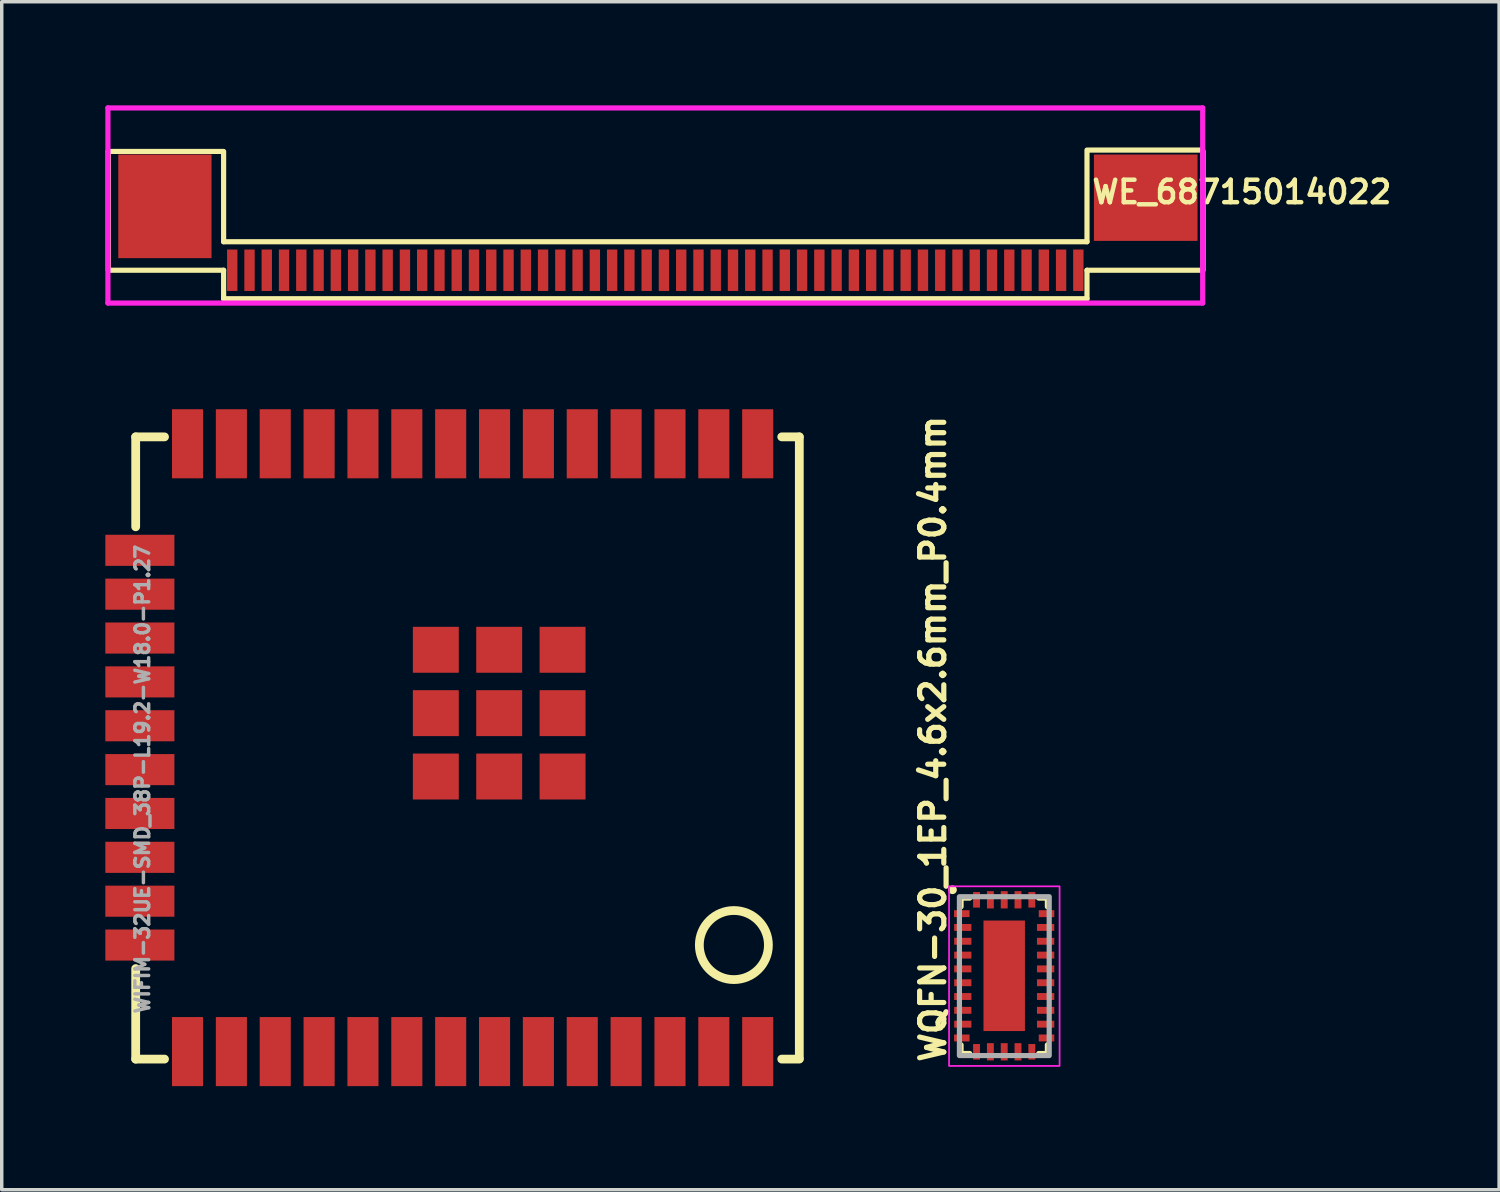
<source format=kicad_pcb>
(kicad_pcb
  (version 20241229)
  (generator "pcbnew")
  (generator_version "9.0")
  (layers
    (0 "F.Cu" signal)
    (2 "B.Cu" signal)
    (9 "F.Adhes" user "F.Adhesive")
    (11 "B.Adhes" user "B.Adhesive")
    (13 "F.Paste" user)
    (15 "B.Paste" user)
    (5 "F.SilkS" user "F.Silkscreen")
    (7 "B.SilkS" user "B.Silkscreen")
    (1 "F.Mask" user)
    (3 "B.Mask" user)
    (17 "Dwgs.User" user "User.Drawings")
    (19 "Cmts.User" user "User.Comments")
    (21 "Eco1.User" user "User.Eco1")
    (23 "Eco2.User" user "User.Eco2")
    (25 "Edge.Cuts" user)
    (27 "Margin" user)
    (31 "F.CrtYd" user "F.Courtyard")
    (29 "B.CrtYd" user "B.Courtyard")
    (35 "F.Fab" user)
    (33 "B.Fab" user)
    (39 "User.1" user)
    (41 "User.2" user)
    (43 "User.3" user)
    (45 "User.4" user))
  (footprint "WQFN-30_1EP_4.6x2.6mm_P0.4mm"
    (layer "F.Cu")
    (at 26.031 25.215)
    (property "Reference" "WQFN-30_1EP_4.6x2.6mm_P0.4mm" (at -1.659 2.562 90) (layer "F.SilkS") (effects (font (size 0.7 0.7) (thickness 0.15)) (justify left bottom)))
    (attr smd)
    (fp_line (start -1.253 -2.26) (end -1.253 -2.01) (stroke (width 0.15) (type solid)) (layer "F.SilkS"))
    (fp_line (start -1.253 -2.26) (end -1.003 -2.26) (stroke (width 0.15) (type solid)) (layer "F.SilkS"))
    (fp_line (start -1.253 2.24) (end -1.253 1.99) (stroke (width 0.15) (type solid)) (layer "F.SilkS"))
    (fp_line (start -1.253 2.24) (end -1.003 2.24) (stroke (width 0.15) (type solid)) (layer "F.SilkS"))
    (fp_line (start 1.247 -2.26) (end 0.997 -2.26) (stroke (width 0.15) (type solid)) (layer "F.SilkS"))
    (fp_line (start 1.247 -2.26) (end 1.247 -2.01) (stroke (width 0.15) (type solid)) (layer "F.SilkS"))
    (fp_line (start 1.247 2.24) (end 0.997 2.24) (stroke (width 0.15) (type solid)) (layer "F.SilkS"))
    (fp_line (start 1.247 2.24) (end 1.247 1.99) (stroke (width 0.15) (type solid)) (layer "F.SilkS"))
    (fp_circle (center -1.5 -2.5) (end -1.45 -2.5) (stroke (width 0.15) (type solid)) (fill yes) (layer "F.SilkS"))
    (fp_rect (start -1.6 -2.6) (end 1.6 2.6) (stroke (width 0.05) (type solid)) (fill no) (layer "F.CrtYd"))
    (fp_rect (start -1.3 -2.3) (end 1.3 2.3) (stroke (width 0.15) (type solid)) (fill no) (layer "F.Fab"))
    (fp_rect (start -1.301 -2.301) (end 1.3 2.298) (stroke (width 0.1) (type solid)) (fill no) (layer "User.5"))
    (fp_line (start -1.301 -2.301) (end 1.3 -2.301) (stroke (width 0.02) (type solid)) (layer "User.9"))
    (fp_line (start -1.301 2.298) (end -1.301 -2.301) (stroke (width 0.02) (type solid)) (layer "User.9"))
    (fp_line (start 1.3 -2.301) (end 1.3 2.298) (stroke (width 0.02) (type solid)) (layer "User.9"))
    (fp_line (start 1.3 2.298) (end -1.301 2.298) (stroke (width 0.02) (type solid)) (layer "User.9"))
    (pad "1" smd rect (at -1.232 -1.809 90) (size 0.2 0.45) (layers "F.Cu" "F.Mask" "F.Paste"))
    (pad "2" smd rect (at -1.203 -1.41 90) (size 0.2 0.5) (layers "F.Cu" "F.Mask" "F.Paste"))
    (pad "3" smd rect (at -1.203 -1.01 90) (size 0.2 0.5) (layers "F.Cu" "F.Mask" "F.Paste"))
    (pad "4" smd rect (at -1.203 -0.609 90) (size 0.2 0.5) (layers "F.Cu" "F.Mask" "F.Paste"))
    (pad "5" smd rect (at -1.203 -0.21 90) (size 0.2 0.5) (layers "F.Cu" "F.Mask" "F.Paste"))
    (pad "6" smd rect (at -1.203 0.191 90) (size 0.2 0.5) (layers "F.Cu" "F.Mask" "F.Paste"))
    (pad "7" smd rect (at -1.203 0.59 90) (size 0.2 0.5) (layers "F.Cu" "F.Mask" "F.Paste"))
    (pad "8" smd rect (at -1.203 0.99 90) (size 0.2 0.5) (layers "F.Cu" "F.Mask" "F.Paste"))
    (pad "9" smd rect (at -1.203 1.391 90) (size 0.2 0.5) (layers "F.Cu" "F.Mask" "F.Paste"))
    (pad "10" smd rect (at -1.232 1.79 90) (size 0.2 0.45) (layers "F.Cu" "F.Mask" "F.Paste"))
    (pad "11" smd rect (at -0.804 2.191) (size 0.2 0.45) (layers "F.Cu" "F.Mask" "F.Paste"))
    (pad "12" smd rect (at -0.403 2.191) (size 0.2 0.5) (layers "F.Cu" "F.Mask" "F.Paste"))
    (pad "13" smd rect (at -0.003 2.191) (size 0.2 0.5) (layers "F.Cu" "F.Mask" "F.Paste"))
    (pad "14" smd rect (at 0.396 2.191) (size 0.2 0.5) (layers "F.Cu" "F.Mask" "F.Paste"))
    (pad "15" smd rect (at 0.797 2.191) (size 0.2 0.45) (layers "F.Cu" "F.Mask" "F.Paste"))
    (pad "16" smd rect (at 1.222 1.79 90) (size 0.2 0.45) (layers "F.Cu" "F.Mask" "F.Paste"))
    (pad "17" smd rect (at 1.196 1.391 90) (size 0.2 0.5) (layers "F.Cu" "F.Mask" "F.Paste"))
    (pad "18" smd rect (at 1.196 0.99 90) (size 0.2 0.5) (layers "F.Cu" "F.Mask" "F.Paste"))
    (pad "19" smd rect (at 1.196 0.59 90) (size 0.2 0.5) (layers "F.Cu" "F.Mask" "F.Paste"))
    (pad "20" smd rect (at 1.196 0.191 90) (size 0.2 0.5) (layers "F.Cu" "F.Mask" "F.Paste"))
    (pad "21" smd rect (at 1.196 -0.21 90) (size 0.2 0.5) (layers "F.Cu" "F.Mask" "F.Paste"))
    (pad "22" smd rect (at 1.196 -0.609 90) (size 0.2 0.5) (layers "F.Cu" "F.Mask" "F.Paste"))
    (pad "23" smd rect (at 1.196 -1.01 90) (size 0.2 0.5) (layers "F.Cu" "F.Mask" "F.Paste"))
    (pad "24" smd rect (at 1.196 -1.41 90) (size 0.2 0.5) (layers "F.Cu" "F.Mask" "F.Paste"))
    (pad "25" smd rect (at 1.222 -1.809 90) (size 0.2 0.45) (layers "F.Cu" "F.Mask" "F.Paste"))
    (pad "26" smd rect (at 0.797 -2.21) (size 0.2 0.45) (layers "F.Cu" "F.Mask" "F.Paste"))
    (pad "27" smd rect (at 0.396 -2.21) (size 0.2 0.5) (layers "F.Cu" "F.Mask" "F.Paste"))
    (pad "28" smd rect (at -0.003 -2.21) (size 0.2 0.5) (layers "F.Cu" "F.Mask" "F.Paste"))
    (pad "29" smd rect (at -0.403 -2.21) (size 0.2 0.5) (layers "F.Cu" "F.Mask" "F.Paste"))
    (pad "30" smd rect (at -0.804 -2.21) (size 0.2 0.45) (layers "F.Cu" "F.Mask" "F.Paste"))
    (pad "31" smd rect (at -0.003 -0.01) (size 1.2 3.2) (layers "F.Cu" "F.Mask" "F.Paste")))
  (footprint "WE_68715014022"
    (layer "F.Cu")
    (at 16.565 4.115)
    (property "Reference" "WE_68715014022" (at 16.345 -1.605 0) (layer "F.SilkS") (effects (font (size 0.65 0.65) (thickness 0.13))))
    (attr smd)
    (fp_line (start -16.48 -2.78) (end -16.48 0.66) (stroke (width 0.15) (type solid)) (layer "F.SilkS"))
    (fp_line (start -16.45 0.66) (end -13.14 0.66) (stroke (width 0.15) (type solid)) (layer "F.SilkS"))
    (fp_line (start -13.14 -2.78) (end -16.48 -2.78) (stroke (width 0.15) (type solid)) (layer "F.SilkS"))
    (fp_line (start -13.14 -0.165) (end -13.14 -2.75) (stroke (width 0.15) (type solid)) (layer "F.SilkS"))
    (fp_line (start -13.14 0.66) (end -13.14 1.485) (stroke (width 0.15) (type solid)) (layer "F.SilkS"))
    (fp_line (start 11.86 -0.165) (end -13.14 -0.165) (stroke (width 0.15) (type solid)) (layer "F.SilkS"))
    (fp_line (start 11.86 -0.165) (end 11.86 -2.82) (stroke (width 0.15) (type solid)) (layer "F.SilkS"))
    (fp_line (start 11.86 0.66) (end 11.86 1.485) (stroke (width 0.15) (type solid)) (layer "F.SilkS"))
    (fp_line (start 11.86 1.485) (end -13.14 1.485) (stroke (width 0.15) (type solid)) (layer "F.SilkS"))
    (fp_line (start 11.92 -2.82) (end 15.2 -2.82) (stroke (width 0.15) (type solid)) (layer "F.SilkS"))
    (fp_line (start 15.19 0.66) (end 11.86 0.66) (stroke (width 0.15) (type solid)) (layer "F.SilkS"))
    (fp_line (start 15.22 -2.79) (end 15.22 0.66) (stroke (width 0.15) (type solid)) (layer "F.SilkS"))
    (fp_line (start -16.49 -4.04) (end -16.49 1.61) (stroke (width 0.15) (type solid)) (layer "F.CrtYd"))
    (fp_line (start -16.49 1.61) (end 15.21 1.61) (stroke (width 0.15) (type solid)) (layer "F.CrtYd"))
    (fp_line (start 15.21 -4.04) (end -16.49 -4.04) (stroke (width 0.15) (type solid)) (layer "F.CrtYd"))
    (fp_line (start 15.21 1.61) (end 15.21 -4.04) (stroke (width 0.15) (type solid)) (layer "F.CrtYd"))
    (pad "1" smd rect (at -12.89 0.66 180) (size 0.3 1.2) (layers "F.Cu" "F.Mask" "F.Paste"))
    (pad "2" smd rect (at -12.39 0.66 180) (size 0.3 1.2) (layers "F.Cu" "F.Mask" "F.Paste"))
    (pad "3" smd rect (at -11.89 0.66 180) (size 0.3 1.2) (layers "F.Cu" "F.Mask" "F.Paste"))
    (pad "4" smd rect (at -11.39 0.66 180) (size 0.3 1.2) (layers "F.Cu" "F.Mask" "F.Paste"))
    (pad "5" smd rect (at -10.89 0.66 180) (size 0.3 1.2) (layers "F.Cu" "F.Mask" "F.Paste"))
    (pad "6" smd rect (at -10.39 0.66 180) (size 0.3 1.2) (layers "F.Cu" "F.Mask" "F.Paste"))
    (pad "7" smd rect (at -9.89 0.66 180) (size 0.3 1.2) (layers "F.Cu" "F.Mask" "F.Paste"))
    (pad "8" smd rect (at -9.39 0.66 180) (size 0.3 1.2) (layers "F.Cu" "F.Mask" "F.Paste"))
    (pad "9" smd rect (at -8.89 0.66 180) (size 0.3 1.2) (layers "F.Cu" "F.Mask" "F.Paste"))
    (pad "10" smd rect (at -8.39 0.66 180) (size 0.3 1.2) (layers "F.Cu" "F.Mask" "F.Paste"))
    (pad "11" smd rect (at -7.89 0.66 180) (size 0.3 1.2) (layers "F.Cu" "F.Mask" "F.Paste"))
    (pad "12" smd rect (at -7.39 0.66 180) (size 0.3 1.2) (layers "F.Cu" "F.Mask" "F.Paste"))
    (pad "13" smd rect (at -6.89 0.66 180) (size 0.3 1.2) (layers "F.Cu" "F.Mask" "F.Paste"))
    (pad "14" smd rect (at -6.39 0.66 180) (size 0.3 1.2) (layers "F.Cu" "F.Mask" "F.Paste"))
    (pad "15" smd rect (at -5.89 0.66 180) (size 0.3 1.2) (layers "F.Cu" "F.Mask" "F.Paste"))
    (pad "16" smd rect (at -5.39 0.66 180) (size 0.3 1.2) (layers "F.Cu" "F.Mask" "F.Paste"))
    (pad "17" smd rect (at -4.89 0.66 180) (size 0.3 1.2) (layers "F.Cu" "F.Mask" "F.Paste"))
    (pad "18" smd rect (at -4.39 0.66 180) (size 0.3 1.2) (layers "F.Cu" "F.Mask" "F.Paste"))
    (pad "19" smd rect (at -3.89 0.66 180) (size 0.3 1.2) (layers "F.Cu" "F.Mask" "F.Paste"))
    (pad "20" smd rect (at -3.39 0.66 180) (size 0.3 1.2) (layers "F.Cu" "F.Mask" "F.Paste"))
    (pad "21" smd rect (at -2.89 0.66 180) (size 0.3 1.2) (layers "F.Cu" "F.Mask" "F.Paste"))
    (pad "22" smd rect (at -2.39 0.66 180) (size 0.3 1.2) (layers "F.Cu" "F.Mask" "F.Paste"))
    (pad "23" smd rect (at -1.89 0.66 180) (size 0.3 1.2) (layers "F.Cu" "F.Mask" "F.Paste"))
    (pad "24" smd rect (at -1.39 0.66 180) (size 0.3 1.2) (layers "F.Cu" "F.Mask" "F.Paste"))
    (pad "25" smd rect (at -0.89 0.66 180) (size 0.3 1.2) (layers "F.Cu" "F.Mask" "F.Paste"))
    (pad "26" smd rect (at -0.39 0.66 180) (size 0.3 1.2) (layers "F.Cu" "F.Mask" "F.Paste"))
    (pad "27" smd rect (at 0.11 0.66 180) (size 0.3 1.2) (layers "F.Cu" "F.Mask" "F.Paste"))
    (pad "28" smd rect (at 0.61 0.66 180) (size 0.3 1.2) (layers "F.Cu" "F.Mask" "F.Paste"))
    (pad "29" smd rect (at 1.11 0.66 180) (size 0.3 1.2) (layers "F.Cu" "F.Mask" "F.Paste"))
    (pad "30" smd rect (at 1.61 0.66 180) (size 0.3 1.2) (layers "F.Cu" "F.Mask" "F.Paste"))
    (pad "31" smd rect (at 2.11 0.66 180) (size 0.3 1.2) (layers "F.Cu" "F.Mask" "F.Paste"))
    (pad "32" smd rect (at 2.61 0.66 180) (size 0.3 1.2) (layers "F.Cu" "F.Mask" "F.Paste"))
    (pad "33" smd rect (at 3.11 0.66 180) (size 0.3 1.2) (layers "F.Cu" "F.Mask" "F.Paste"))
    (pad "34" smd rect (at 3.61 0.66 180) (size 0.3 1.2) (layers "F.Cu" "F.Mask" "F.Paste"))
    (pad "35" smd rect (at 4.11 0.66 180) (size 0.3 1.2) (layers "F.Cu" "F.Mask" "F.Paste"))
    (pad "36" smd rect (at 4.61 0.66 180) (size 0.3 1.2) (layers "F.Cu" "F.Mask" "F.Paste"))
    (pad "37" smd rect (at 5.11 0.66 180) (size 0.3 1.2) (layers "F.Cu" "F.Mask" "F.Paste"))
    (pad "38" smd rect (at 5.61 0.66 180) (size 0.3 1.2) (layers "F.Cu" "F.Mask" "F.Paste"))
    (pad "39" smd rect (at 6.11 0.66 180) (size 0.3 1.2) (layers "F.Cu" "F.Mask" "F.Paste"))
    (pad "40" smd rect (at 6.61 0.66 180) (size 0.3 1.2) (layers "F.Cu" "F.Mask" "F.Paste"))
    (pad "41" smd rect (at 7.11 0.66 180) (size 0.3 1.2) (layers "F.Cu" "F.Mask" "F.Paste"))
    (pad "42" smd rect (at 7.61 0.66 180) (size 0.3 1.2) (layers "F.Cu" "F.Mask" "F.Paste"))
    (pad "43" smd rect (at 8.11 0.66 180) (size 0.3 1.2) (layers "F.Cu" "F.Mask" "F.Paste"))
    (pad "44" smd rect (at 8.61 0.66 180) (size 0.3 1.2) (layers "F.Cu" "F.Mask" "F.Paste"))
    (pad "45" smd rect (at 9.11 0.66 180) (size 0.3 1.2) (layers "F.Cu" "F.Mask" "F.Paste"))
    (pad "46" smd rect (at 9.61 0.66 180) (size 0.3 1.2) (layers "F.Cu" "F.Mask" "F.Paste"))
    (pad "47" smd rect (at 10.11 0.66 180) (size 0.3 1.2) (layers "F.Cu" "F.Mask" "F.Paste"))
    (pad "48" smd rect (at 10.61 0.66 180) (size 0.3 1.2) (layers "F.Cu" "F.Mask" "F.Paste"))
    (pad "49" smd rect (at 11.11 0.66 180) (size 0.3 1.2) (layers "F.Cu" "F.Mask" "F.Paste"))
    (pad "50" smd rect (at 11.61 0.66 180) (size 0.3 1.2) (layers "F.Cu" "F.Mask" "F.Paste"))
    (pad "~" smd rect (at -14.84 -1.19 180) (size 2.7 3) (layers "F.Cu" "F.Mask" "F.Paste"))
    (pad "~" smd rect (at 13.56 -1.44 180) (size 3 2.5) (layers "F.Cu" "F.Mask" "F.Paste")))
  (footprint "WIFIM-32UE-SMD_38P-L19.2-W18.0-P1.27"
    (layer "F.Cu")
    (at 9.945 18.6)
    (property "Reference" "WIFIM-32UE-SMD_38P-L19.2-W18.0-P1.27" (at -8.636 7.747 90) (unlocked yes) (layer "F.Fab") (effects (font (size 0.4 0.4) (thickness 0.1)) (justify left bottom)))
    (fp_line (start -9.066 -9) (end -8.231 -9) (stroke (width 0.254) (type default)) (layer "F.SilkS"))
    (fp_line (start -9.066 -6.396) (end -9.066 -9) (stroke (width 0.254) (type default)) (layer "F.SilkS"))
    (fp_line (start -9.066 9.017) (end -9.066 6.396) (stroke (width 0.254) (type default)) (layer "F.SilkS"))
    (fp_line (start -8.231 9.017) (end -9.066 9.017) (stroke (width 0.254) (type default)) (layer "F.SilkS"))
    (fp_line (start 9.641 -9) (end 10.15 -9) (stroke (width 0.254) (type default)) (layer "F.SilkS"))
    (fp_line (start 10.15 -9) (end 10.15 9) (stroke (width 0.254) (type default)) (layer "F.SilkS"))
    (fp_line (start 10.15 9.017) (end 9.641 9.017) (stroke (width 0.254) (type default)) (layer "F.SilkS"))
    (fp_circle (center 8.255 5.715) (end 8.255 4.715) (stroke (width 0.254) (type default)) (fill no) (layer "F.SilkS"))
    (pad "1" smd rect (at 8.945 -8.8 90) (size 2 0.9) (layers "F.Cu" "F.Mask" "F.Paste"))
    (pad "2" smd rect (at 7.675 -8.8 90) (size 2 0.9) (layers "F.Cu" "F.Mask" "F.Paste"))
    (pad "3" smd rect (at 6.405 -8.8 90) (size 2 0.9) (layers "F.Cu" "F.Mask" "F.Paste"))
    (pad "4" smd rect (at 5.135 -8.8 90) (size 2 0.9) (layers "F.Cu" "F.Mask" "F.Paste"))
    (pad "5" smd rect (at 3.865 -8.8 90) (size 2 0.9) (layers "F.Cu" "F.Mask" "F.Paste"))
    (pad "6" smd rect (at 2.595 -8.8 90) (size 2 0.9) (layers "F.Cu" "F.Mask" "F.Paste"))
    (pad "7" smd rect (at 1.325 -8.8 90) (size 2 0.9) (layers "F.Cu" "F.Mask" "F.Paste"))
    (pad "8" smd rect (at 0.055 -8.8 90) (size 2 0.9) (layers "F.Cu" "F.Mask" "F.Paste"))
    (pad "9" smd rect (at -1.215 -8.8 90) (size 2 0.9) (layers "F.Cu" "F.Mask" "F.Paste"))
    (pad "10" smd rect (at -2.485 -8.8 90) (size 2 0.9) (layers "F.Cu" "F.Mask" "F.Paste"))
    (pad "11" smd rect (at -3.755 -8.8 90) (size 2 0.9) (layers "F.Cu" "F.Mask" "F.Paste"))
    (pad "12" smd rect (at -5.025 -8.8 90) (size 2 0.9) (layers "F.Cu" "F.Mask" "F.Paste"))
    (pad "13" smd rect (at -6.295 -8.8 90) (size 2 0.9) (layers "F.Cu" "F.Mask" "F.Paste"))
    (pad "14" smd rect (at -7.565 -8.8 90) (size 2 0.9) (layers "F.Cu" "F.Mask" "F.Paste"))
    (pad "15" smd rect (at -8.945 -5.715 180) (size 2 0.9) (layers "F.Cu" "F.Mask" "F.Paste"))
    (pad "16" smd rect (at -8.945 -4.445 180) (size 2 0.9) (layers "F.Cu" "F.Mask" "F.Paste"))
    (pad "17" smd rect (at -8.945 -3.175 180) (size 2 0.9) (layers "F.Cu" "F.Mask" "F.Paste"))
    (pad "18" smd rect (at -8.945 -1.905 180) (size 2 0.9) (layers "F.Cu" "F.Mask" "F.Paste"))
    (pad "19" smd rect (at -8.945 -0.635 180) (size 2 0.9) (layers "F.Cu" "F.Mask" "F.Paste"))
    (pad "20" smd rect (at -8.945 0.635 180) (size 2 0.9) (layers "F.Cu" "F.Mask" "F.Paste"))
    (pad "21" smd rect (at -8.945 1.905 180) (size 2 0.9) (layers "F.Cu" "F.Mask" "F.Paste"))
    (pad "22" smd rect (at -8.945 3.175 180) (size 2 0.9) (layers "F.Cu" "F.Mask" "F.Paste"))
    (pad "23" smd rect (at -8.945 4.445 180) (size 2 0.9) (layers "F.Cu" "F.Mask" "F.Paste"))
    (pad "24" smd rect (at -8.945 5.715 180) (size 2 0.9) (layers "F.Cu" "F.Mask" "F.Paste"))
    (pad "25" smd rect (at -7.565 8.8 270) (size 2 0.9) (layers "F.Cu" "F.Mask" "F.Paste"))
    (pad "26" smd rect (at -6.295 8.8 270) (size 2 0.9) (layers "F.Cu" "F.Mask" "F.Paste"))
    (pad "27" smd rect (at -5.025 8.8 270) (size 2 0.9) (layers "F.Cu" "F.Mask" "F.Paste"))
    (pad "28" smd rect (at -3.755 8.8 270) (size 2 0.9) (layers "F.Cu" "F.Mask" "F.Paste"))
    (pad "29" smd rect (at -2.485 8.8 270) (size 2 0.9) (layers "F.Cu" "F.Mask" "F.Paste"))
    (pad "30" smd rect (at -1.215 8.8 270) (size 2 0.9) (layers "F.Cu" "F.Mask" "F.Paste"))
    (pad "31" smd rect (at 0.055 8.8 270) (size 2 0.9) (layers "F.Cu" "F.Mask" "F.Paste"))
    (pad "32" smd rect (at 1.325 8.8 270) (size 2 0.9) (layers "F.Cu" "F.Mask" "F.Paste"))
    (pad "33" smd rect (at 2.595 8.8 270) (size 2 0.9) (layers "F.Cu" "F.Mask" "F.Paste"))
    (pad "34" smd rect (at 3.865 8.8 270) (size 2 0.9) (layers "F.Cu" "F.Mask" "F.Paste"))
    (pad "35" smd rect (at 5.135 8.8 270) (size 2 0.9) (layers "F.Cu" "F.Mask" "F.Paste"))
    (pad "36" smd rect (at 6.405 8.8 270) (size 2 0.9) (layers "F.Cu" "F.Mask" "F.Paste"))
    (pad "37" smd rect (at 7.675 8.8 270) (size 2 0.9) (layers "F.Cu" "F.Mask" "F.Paste"))
    (pad "38" smd rect (at 8.945 8.8 270) (size 2 0.9) (layers "F.Cu" "F.Mask" "F.Paste"))
    (pad "39" smd rect (at -0.375 -2.835) (size 1.33 1.33) (layers "F.Cu" "F.Mask" "F.Paste"))
    (pad "39" smd rect (at -0.375 -1) (size 1.33 1.33) (layers "F.Cu" "F.Mask" "F.Paste"))
    (pad "39" smd rect (at -0.375 0.835) (size 1.33 1.33) (layers "F.Cu" "F.Mask" "F.Paste"))
    (pad "39" smd rect (at 1.46 -2.835) (size 1.33 1.33) (layers "F.Cu" "F.Mask" "F.Paste"))
    (pad "39" smd rect (at 1.46 -1) (size 1.33 1.33) (layers "F.Cu" "F.Mask" "F.Paste"))
    (pad "39" smd rect (at 1.46 0.835) (size 1.33 1.33) (layers "F.Cu" "F.Mask" "F.Paste"))
    (pad "39" smd rect (at 3.295 -2.835) (size 1.33 1.33) (layers "F.Cu" "F.Mask" "F.Paste"))
    (pad "39" smd rect (at 3.295 -1) (size 1.33 1.33) (layers "F.Cu" "F.Mask" "F.Paste"))
    (pad "39" smd rect (at 3.295 0.835) (size 1.33 1.33) (layers "F.Cu" "F.Mask" "F.Paste")))
  (gr_rect
    (start -3 -3)
    (end 40.358 31.4)
    (stroke (width 0.1) (type default))
    (fill no)
    (layer "Edge.Cuts")))
</source>
